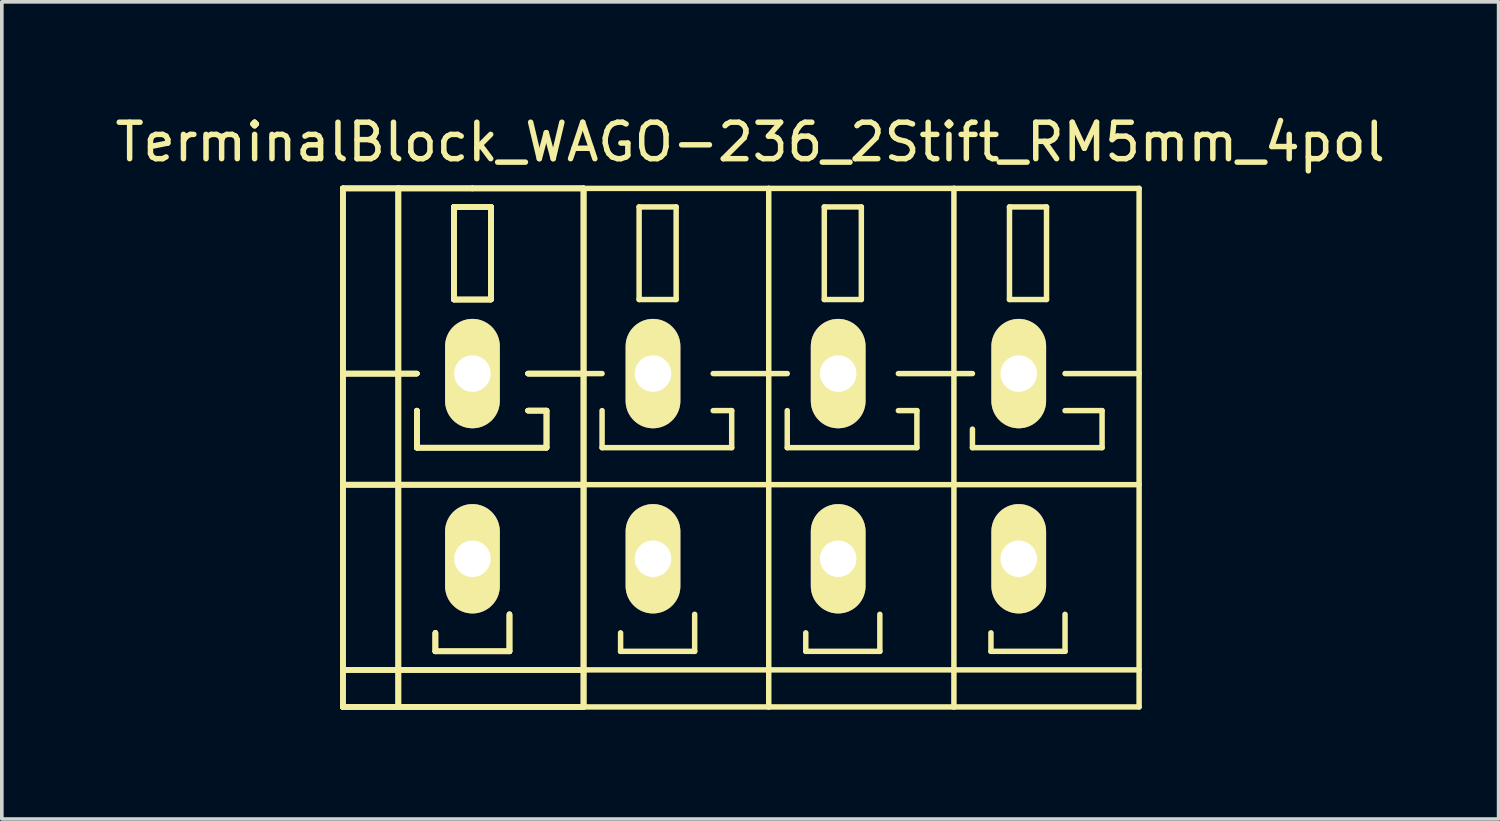
<source format=kicad_pcb>
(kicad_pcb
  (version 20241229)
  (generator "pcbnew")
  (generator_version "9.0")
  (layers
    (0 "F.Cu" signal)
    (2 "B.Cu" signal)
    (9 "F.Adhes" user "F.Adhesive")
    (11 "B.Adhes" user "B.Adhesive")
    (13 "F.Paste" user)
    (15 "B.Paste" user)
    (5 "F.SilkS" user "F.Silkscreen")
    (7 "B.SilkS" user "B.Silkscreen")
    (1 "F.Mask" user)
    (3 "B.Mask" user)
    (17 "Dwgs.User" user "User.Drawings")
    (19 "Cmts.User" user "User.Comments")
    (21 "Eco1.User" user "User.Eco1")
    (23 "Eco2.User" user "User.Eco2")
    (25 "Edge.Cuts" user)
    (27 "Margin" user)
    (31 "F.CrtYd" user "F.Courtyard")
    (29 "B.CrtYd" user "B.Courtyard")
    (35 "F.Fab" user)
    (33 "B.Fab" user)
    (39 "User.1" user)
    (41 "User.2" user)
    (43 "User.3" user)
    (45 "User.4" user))
  (footprint "TerminalBlock_WAGO-236_2Stift_RM5mm_4pol"
    (layer "F.Cu")
    (at 17.53 9.738)
    (property "Reference" "TerminalBlock_WAGO-236_2Stift_RM5mm_4pol" (at 0 -8.89 0) (layer "F.SilkS") (effects (font (size 1 1) (thickness 0.15))))
    (attr through_hole)
    (fp_line (start -11.176 -7.62) (end -9.652 -7.62) (stroke (width 0.15) (type solid)) (layer "F.SilkS"))
    (fp_line (start -11.176 -7.62) (end -9.652 -7.62) (stroke (width 0.15) (type solid)) (layer "F.SilkS"))
    (fp_line (start -11.176 -7.62) (end -9.652 -7.62) (stroke (width 0.15) (type solid)) (layer "F.SilkS"))
    (fp_line (start -11.176 -7.62) (end -9.652 -7.62) (stroke (width 0.15) (type solid)) (layer "F.SilkS"))
    (fp_line (start -11.176 -2.54) (end -9.144 -2.54) (stroke (width 0.15) (type solid)) (layer "F.SilkS"))
    (fp_line (start -11.176 -2.54) (end -9.144 -2.54) (stroke (width 0.15) (type solid)) (layer "F.SilkS"))
    (fp_line (start -11.176 -2.54) (end -9.144 -2.54) (stroke (width 0.15) (type solid)) (layer "F.SilkS"))
    (fp_line (start -11.176 -2.54) (end -9.144 -2.54) (stroke (width 0.15) (type solid)) (layer "F.SilkS"))
    (fp_line (start -11.176 0.508) (end -4.572 0.508) (stroke (width 0.15) (type solid)) (layer "F.SilkS"))
    (fp_line (start -11.176 0.508) (end -4.572 0.508) (stroke (width 0.15) (type solid)) (layer "F.SilkS"))
    (fp_line (start -11.176 0.508) (end -4.572 0.508) (stroke (width 0.15) (type solid)) (layer "F.SilkS"))
    (fp_line (start -11.176 0.508) (end -4.572 0.508) (stroke (width 0.15) (type solid)) (layer "F.SilkS"))
    (fp_line (start -11.176 5.588) (end -4.572 5.588) (stroke (width 0.15) (type solid)) (layer "F.SilkS"))
    (fp_line (start -11.176 5.588) (end -4.572 5.588) (stroke (width 0.15) (type solid)) (layer "F.SilkS"))
    (fp_line (start -11.176 5.588) (end -4.572 5.588) (stroke (width 0.15) (type solid)) (layer "F.SilkS"))
    (fp_line (start -11.176 5.588) (end -4.572 5.588) (stroke (width 0.15) (type solid)) (layer "F.SilkS"))
    (fp_line (start -11.176 6.604) (end -11.176 -7.62) (stroke (width 0.15) (type solid)) (layer "F.SilkS"))
    (fp_line (start -11.176 6.604) (end -11.176 -7.62) (stroke (width 0.15) (type solid)) (layer "F.SilkS"))
    (fp_line (start -11.176 6.604) (end -11.176 -7.62) (stroke (width 0.15) (type solid)) (layer "F.SilkS"))
    (fp_line (start -11.176 6.604) (end -11.176 -7.62) (stroke (width 0.15) (type solid)) (layer "F.SilkS"))
    (fp_line (start -9.652 -7.62) (end -7.62 -7.62) (stroke (width 0.15) (type solid)) (layer "F.SilkS"))
    (fp_line (start -9.652 -7.62) (end -7.62 -7.62) (stroke (width 0.15) (type solid)) (layer "F.SilkS"))
    (fp_line (start -9.652 -7.62) (end -7.62 -7.62) (stroke (width 0.15) (type solid)) (layer "F.SilkS"))
    (fp_line (start -9.652 -7.62) (end -7.62 -7.62) (stroke (width 0.15) (type solid)) (layer "F.SilkS"))
    (fp_line (start -9.652 6.604) (end -11.176 6.604) (stroke (width 0.15) (type solid)) (layer "F.SilkS"))
    (fp_line (start -9.652 6.604) (end -11.176 6.604) (stroke (width 0.15) (type solid)) (layer "F.SilkS"))
    (fp_line (start -9.652 6.604) (end -11.176 6.604) (stroke (width 0.15) (type solid)) (layer "F.SilkS"))
    (fp_line (start -9.652 6.604) (end -11.176 6.604) (stroke (width 0.15) (type solid)) (layer "F.SilkS"))
    (fp_line (start -9.652 6.604) (end -9.652 -7.62) (stroke (width 0.15) (type solid)) (layer "F.SilkS"))
    (fp_line (start -9.652 6.604) (end -9.652 -7.62) (stroke (width 0.15) (type solid)) (layer "F.SilkS"))
    (fp_line (start -9.652 6.604) (end -9.652 -7.62) (stroke (width 0.15) (type solid)) (layer "F.SilkS"))
    (fp_line (start -9.652 6.604) (end -9.652 -7.62) (stroke (width 0.15) (type solid)) (layer "F.SilkS"))
    (fp_line (start -9.144 -1.524) (end -9.144 -0.508) (stroke (width 0.15) (type solid)) (layer "F.SilkS"))
    (fp_line (start -9.144 -1.524) (end -9.144 -0.508) (stroke (width 0.15) (type solid)) (layer "F.SilkS"))
    (fp_line (start -9.144 -1.524) (end -9.144 -0.508) (stroke (width 0.15) (type solid)) (layer "F.SilkS"))
    (fp_line (start -9.144 -1.524) (end -9.144 -0.508) (stroke (width 0.15) (type solid)) (layer "F.SilkS"))
    (fp_line (start -9.144 -0.508) (end -5.588 -0.508) (stroke (width 0.15) (type solid)) (layer "F.SilkS"))
    (fp_line (start -9.144 -0.508) (end -5.588 -0.508) (stroke (width 0.15) (type solid)) (layer "F.SilkS"))
    (fp_line (start -9.144 -0.508) (end -5.588 -0.508) (stroke (width 0.15) (type solid)) (layer "F.SilkS"))
    (fp_line (start -9.144 -0.508) (end -5.588 -0.508) (stroke (width 0.15) (type solid)) (layer "F.SilkS"))
    (fp_line (start -8.636 4.572) (end -8.636 5.08) (stroke (width 0.15) (type solid)) (layer "F.SilkS"))
    (fp_line (start -8.636 4.572) (end -8.636 5.08) (stroke (width 0.15) (type solid)) (layer "F.SilkS"))
    (fp_line (start -8.636 4.572) (end -8.636 5.08) (stroke (width 0.15) (type solid)) (layer "F.SilkS"))
    (fp_line (start -8.636 4.572) (end -8.636 5.08) (stroke (width 0.15) (type solid)) (layer "F.SilkS"))
    (fp_line (start -8.636 5.08) (end -6.604 5.08) (stroke (width 0.15) (type solid)) (layer "F.SilkS"))
    (fp_line (start -8.636 5.08) (end -6.604 5.08) (stroke (width 0.15) (type solid)) (layer "F.SilkS"))
    (fp_line (start -8.636 5.08) (end -6.604 5.08) (stroke (width 0.15) (type solid)) (layer "F.SilkS"))
    (fp_line (start -8.636 5.08) (end -6.604 5.08) (stroke (width 0.15) (type solid)) (layer "F.SilkS"))
    (fp_line (start -8.128 -7.112) (end -7.112 -7.112) (stroke (width 0.15) (type solid)) (layer "F.SilkS"))
    (fp_line (start -8.128 -7.112) (end -7.112 -7.112) (stroke (width 0.15) (type solid)) (layer "F.SilkS"))
    (fp_line (start -8.128 -7.112) (end -7.112 -7.112) (stroke (width 0.15) (type solid)) (layer "F.SilkS"))
    (fp_line (start -8.128 -7.112) (end -7.112 -7.112) (stroke (width 0.15) (type solid)) (layer "F.SilkS"))
    (fp_line (start -8.128 -4.572) (end -8.128 -7.112) (stroke (width 0.15) (type solid)) (layer "F.SilkS"))
    (fp_line (start -8.128 -4.572) (end -8.128 -7.112) (stroke (width 0.15) (type solid)) (layer "F.SilkS"))
    (fp_line (start -8.128 -4.572) (end -8.128 -7.112) (stroke (width 0.15) (type solid)) (layer "F.SilkS"))
    (fp_line (start -8.128 -4.572) (end -8.128 -7.112) (stroke (width 0.15) (type solid)) (layer "F.SilkS"))
    (fp_line (start -7.62 -7.62) (end -4.572 -7.62) (stroke (width 0.15) (type solid)) (layer "F.SilkS"))
    (fp_line (start -7.62 -7.62) (end -4.572 -7.62) (stroke (width 0.15) (type solid)) (layer "F.SilkS"))
    (fp_line (start -7.62 -7.62) (end -4.572 -7.62) (stroke (width 0.15) (type solid)) (layer "F.SilkS"))
    (fp_line (start -7.62 -7.62) (end -4.572 -7.62) (stroke (width 0.15) (type solid)) (layer "F.SilkS"))
    (fp_line (start -7.112 -7.112) (end -7.112 -4.572) (stroke (width 0.15) (type solid)) (layer "F.SilkS"))
    (fp_line (start -7.112 -7.112) (end -7.112 -4.572) (stroke (width 0.15) (type solid)) (layer "F.SilkS"))
    (fp_line (start -7.112 -7.112) (end -7.112 -4.572) (stroke (width 0.15) (type solid)) (layer "F.SilkS"))
    (fp_line (start -7.112 -7.112) (end -7.112 -4.572) (stroke (width 0.15) (type solid)) (layer "F.SilkS"))
    (fp_line (start -7.112 -4.572) (end -8.128 -4.572) (stroke (width 0.15) (type solid)) (layer "F.SilkS"))
    (fp_line (start -7.112 -4.572) (end -8.128 -4.572) (stroke (width 0.15) (type solid)) (layer "F.SilkS"))
    (fp_line (start -7.112 -4.572) (end -8.128 -4.572) (stroke (width 0.15) (type solid)) (layer "F.SilkS"))
    (fp_line (start -7.112 -4.572) (end -8.128 -4.572) (stroke (width 0.15) (type solid)) (layer "F.SilkS"))
    (fp_line (start -6.604 5.08) (end -6.604 4.064) (stroke (width 0.15) (type solid)) (layer "F.SilkS"))
    (fp_line (start -6.604 5.08) (end -6.604 4.064) (stroke (width 0.15) (type solid)) (layer "F.SilkS"))
    (fp_line (start -6.604 5.08) (end -6.604 4.064) (stroke (width 0.15) (type solid)) (layer "F.SilkS"))
    (fp_line (start -6.604 5.08) (end -6.604 4.064) (stroke (width 0.15) (type solid)) (layer "F.SilkS"))
    (fp_line (start -6.096 -2.54) (end -4.572 -2.54) (stroke (width 0.15) (type solid)) (layer "F.SilkS"))
    (fp_line (start -6.096 -2.54) (end -4.572 -2.54) (stroke (width 0.15) (type solid)) (layer "F.SilkS"))
    (fp_line (start -6.096 -2.54) (end -4.572 -2.54) (stroke (width 0.15) (type solid)) (layer "F.SilkS"))
    (fp_line (start -6.096 -2.54) (end -4.572 -2.54) (stroke (width 0.15) (type solid)) (layer "F.SilkS"))
    (fp_line (start -5.588 -1.524) (end -6.096 -1.524) (stroke (width 0.15) (type solid)) (layer "F.SilkS"))
    (fp_line (start -5.588 -1.524) (end -6.096 -1.524) (stroke (width 0.15) (type solid)) (layer "F.SilkS"))
    (fp_line (start -5.588 -1.524) (end -6.096 -1.524) (stroke (width 0.15) (type solid)) (layer "F.SilkS"))
    (fp_line (start -5.588 -1.524) (end -6.096 -1.524) (stroke (width 0.15) (type solid)) (layer "F.SilkS"))
    (fp_line (start -5.588 -0.508) (end -5.588 -1.524) (stroke (width 0.15) (type solid)) (layer "F.SilkS"))
    (fp_line (start -5.588 -0.508) (end -5.588 -1.524) (stroke (width 0.15) (type solid)) (layer "F.SilkS"))
    (fp_line (start -5.588 -0.508) (end -5.588 -1.524) (stroke (width 0.15) (type solid)) (layer "F.SilkS"))
    (fp_line (start -5.588 -0.508) (end -5.588 -1.524) (stroke (width 0.15) (type solid)) (layer "F.SilkS"))
    (fp_line (start -4.572 -7.62) (end -4.572 6.604) (stroke (width 0.15) (type solid)) (layer "F.SilkS"))
    (fp_line (start -4.572 -7.62) (end -4.572 6.604) (stroke (width 0.15) (type solid)) (layer "F.SilkS"))
    (fp_line (start -4.572 -7.62) (end -4.572 6.604) (stroke (width 0.15) (type solid)) (layer "F.SilkS"))
    (fp_line (start -4.572 -7.62) (end -4.572 6.604) (stroke (width 0.15) (type solid)) (layer "F.SilkS"))
    (fp_line (start -4.572 -2.54) (end -4.064 -2.54) (stroke (width 0.15) (type solid)) (layer "F.SilkS"))
    (fp_line (start -4.572 0.508) (end 0.508 0.508) (stroke (width 0.15) (type solid)) (layer "F.SilkS"))
    (fp_line (start -4.572 5.588) (end 0.508 5.588) (stroke (width 0.15) (type solid)) (layer "F.SilkS"))
    (fp_line (start -4.572 6.604) (end -9.652 6.604) (stroke (width 0.15) (type solid)) (layer "F.SilkS"))
    (fp_line (start -4.572 6.604) (end -9.652 6.604) (stroke (width 0.15) (type solid)) (layer "F.SilkS"))
    (fp_line (start -4.572 6.604) (end -9.652 6.604) (stroke (width 0.15) (type solid)) (layer "F.SilkS"))
    (fp_line (start -4.572 6.604) (end -9.652 6.604) (stroke (width 0.15) (type solid)) (layer "F.SilkS"))
    (fp_line (start -4.572 6.604) (end 0.508 6.604) (stroke (width 0.15) (type solid)) (layer "F.SilkS"))
    (fp_line (start -4.064 -1.524) (end -4.064 -0.508) (stroke (width 0.15) (type solid)) (layer "F.SilkS"))
    (fp_line (start -4.064 -0.508) (end -0.508 -0.508) (stroke (width 0.15) (type solid)) (layer "F.SilkS"))
    (fp_line (start -3.556 4.572) (end -3.556 5.08) (stroke (width 0.15) (type solid)) (layer "F.SilkS"))
    (fp_line (start -3.556 5.08) (end -1.524 5.08) (stroke (width 0.15) (type solid)) (layer "F.SilkS"))
    (fp_line (start -3.048 -7.112) (end -3.048 -4.572) (stroke (width 0.15) (type solid)) (layer "F.SilkS"))
    (fp_line (start -3.048 -4.572) (end -2.032 -4.572) (stroke (width 0.15) (type solid)) (layer "F.SilkS"))
    (fp_line (start -2.032 -7.112) (end -3.048 -7.112) (stroke (width 0.15) (type solid)) (layer "F.SilkS"))
    (fp_line (start -2.032 -4.572) (end -2.032 -7.112) (stroke (width 0.15) (type solid)) (layer "F.SilkS"))
    (fp_line (start -1.524 5.08) (end -1.524 4.064) (stroke (width 0.15) (type solid)) (layer "F.SilkS"))
    (fp_line (start -1.016 -2.54) (end 0.508 -2.54) (stroke (width 0.15) (type solid)) (layer "F.SilkS"))
    (fp_line (start -0.508 -1.524) (end -1.016 -1.524) (stroke (width 0.15) (type solid)) (layer "F.SilkS"))
    (fp_line (start -0.508 -0.508) (end -0.508 -1.524) (stroke (width 0.15) (type solid)) (layer "F.SilkS"))
    (fp_line (start 0.508 -7.62) (end -4.572 -7.62) (stroke (width 0.15) (type solid)) (layer "F.SilkS"))
    (fp_line (start 0.508 -2.54) (end 1.016 -2.54) (stroke (width 0.15) (type solid)) (layer "F.SilkS"))
    (fp_line (start 0.508 0.508) (end 5.588 0.508) (stroke (width 0.15) (type solid)) (layer "F.SilkS"))
    (fp_line (start 0.508 5.588) (end 5.588 5.588) (stroke (width 0.15) (type solid)) (layer "F.SilkS"))
    (fp_line (start 0.508 6.604) (end 0.508 -7.62) (stroke (width 0.15) (type solid)) (layer "F.SilkS"))
    (fp_line (start 0.508 6.604) (end 5.588 6.604) (stroke (width 0.15) (type solid)) (layer "F.SilkS"))
    (fp_line (start 1.016 -1.524) (end 1.016 -0.508) (stroke (width 0.15) (type solid)) (layer "F.SilkS"))
    (fp_line (start 1.016 -0.508) (end 4.572 -0.508) (stroke (width 0.15) (type solid)) (layer "F.SilkS"))
    (fp_line (start 1.524 4.572) (end 1.524 5.08) (stroke (width 0.15) (type solid)) (layer "F.SilkS"))
    (fp_line (start 1.524 5.08) (end 3.556 5.08) (stroke (width 0.15) (type solid)) (layer "F.SilkS"))
    (fp_line (start 2.032 -7.112) (end 2.032 -4.572) (stroke (width 0.15) (type solid)) (layer "F.SilkS"))
    (fp_line (start 2.032 -4.572) (end 3.048 -4.572) (stroke (width 0.15) (type solid)) (layer "F.SilkS"))
    (fp_line (start 3.048 -7.112) (end 2.032 -7.112) (stroke (width 0.15) (type solid)) (layer "F.SilkS"))
    (fp_line (start 3.048 -4.572) (end 3.048 -7.112) (stroke (width 0.15) (type solid)) (layer "F.SilkS"))
    (fp_line (start 3.556 5.08) (end 3.556 4.064) (stroke (width 0.15) (type solid)) (layer "F.SilkS"))
    (fp_line (start 4.064 -2.54) (end 5.588 -2.54) (stroke (width 0.15) (type solid)) (layer "F.SilkS"))
    (fp_line (start 4.572 -1.524) (end 4.064 -1.524) (stroke (width 0.15) (type solid)) (layer "F.SilkS"))
    (fp_line (start 4.572 -0.508) (end 4.572 -1.524) (stroke (width 0.15) (type solid)) (layer "F.SilkS"))
    (fp_line (start 5.588 -7.62) (end 0.508 -7.62) (stroke (width 0.15) (type solid)) (layer "F.SilkS"))
    (fp_line (start 5.588 -2.54) (end 6.096 -2.54) (stroke (width 0.15) (type solid)) (layer "F.SilkS"))
    (fp_line (start 5.588 0.508) (end 10.668 0.508) (stroke (width 0.15) (type solid)) (layer "F.SilkS"))
    (fp_line (start 5.588 5.588) (end 10.668 5.588) (stroke (width 0.15) (type solid)) (layer "F.SilkS"))
    (fp_line (start 5.588 6.604) (end 5.588 -7.62) (stroke (width 0.15) (type solid)) (layer "F.SilkS"))
    (fp_line (start 5.588 6.604) (end 10.668 6.604) (stroke (width 0.15) (type solid)) (layer "F.SilkS"))
    (fp_line (start 6.096 -1.016) (end 6.096 -0.508) (stroke (width 0.15) (type solid)) (layer "F.SilkS"))
    (fp_line (start 6.096 -0.508) (end 9.652 -0.508) (stroke (width 0.15) (type solid)) (layer "F.SilkS"))
    (fp_line (start 6.604 4.572) (end 6.604 5.08) (stroke (width 0.15) (type solid)) (layer "F.SilkS"))
    (fp_line (start 6.604 5.08) (end 8.636 5.08) (stroke (width 0.15) (type solid)) (layer "F.SilkS"))
    (fp_line (start 7.112 -7.112) (end 7.112 -4.572) (stroke (width 0.15) (type solid)) (layer "F.SilkS"))
    (fp_line (start 7.112 -4.572) (end 8.128 -4.572) (stroke (width 0.15) (type solid)) (layer "F.SilkS"))
    (fp_line (start 8.128 -7.112) (end 7.112 -7.112) (stroke (width 0.15) (type solid)) (layer "F.SilkS"))
    (fp_line (start 8.128 -4.572) (end 8.128 -7.112) (stroke (width 0.15) (type solid)) (layer "F.SilkS"))
    (fp_line (start 8.636 -2.54) (end 10.668 -2.54) (stroke (width 0.15) (type solid)) (layer "F.SilkS"))
    (fp_line (start 8.636 5.08) (end 8.636 4.064) (stroke (width 0.15) (type solid)) (layer "F.SilkS"))
    (fp_line (start 9.652 -1.524) (end 8.636 -1.524) (stroke (width 0.15) (type solid)) (layer "F.SilkS"))
    (fp_line (start 9.652 -0.508) (end 9.652 -1.524) (stroke (width 0.15) (type solid)) (layer "F.SilkS"))
    (fp_line (start 10.668 -7.62) (end 5.588 -7.62) (stroke (width 0.15) (type solid)) (layer "F.SilkS"))
    (fp_line (start 10.668 6.604) (end 10.668 -7.62) (stroke (width 0.15) (type solid)) (layer "F.SilkS"))
    (pad "1" thru_hole oval (at -7.62 -2.54 90) (size 3 1.501) (drill 1.001) (layers "*.Cu" "*.Mask" "F.SilkS"))
    (pad "1" thru_hole oval (at -7.62 2.54 90) (size 3 1.501) (drill 1.001) (layers "*.Cu" "*.Mask" "F.SilkS"))
    (pad "2" thru_hole oval (at -2.667 -2.54 90) (size 3 1.501) (drill 1.001) (layers "*.Cu" "*.Mask" "F.SilkS"))
    (pad "2" thru_hole oval (at -2.667 2.54 90) (size 3 1.501) (drill 1.001) (layers "*.Cu" "*.Mask" "F.SilkS"))
    (pad "3" thru_hole oval (at 2.413 -2.54 90) (size 3 1.501) (drill 1.001) (layers "*.Cu" "*.Mask" "F.SilkS"))
    (pad "3" thru_hole oval (at 2.413 2.54 90) (size 3 1.501) (drill 1.001) (layers "*.Cu" "*.Mask" "F.SilkS"))
    (pad "4" thru_hole oval (at 7.366 -2.54 90) (size 3 1.501) (drill 1.001) (layers "*.Cu" "*.Mask" "F.SilkS"))
    (pad "4" thru_hole oval (at 7.366 2.54 90) (size 3 1.501) (drill 1.001) (layers "*.Cu" "*.Mask" "F.SilkS")))
  (gr_rect
    (start -3 -3)
    (end 38.06 19.417)
    (stroke (width 0.1) (type default))
    (fill no)
    (layer "Edge.Cuts")))
</source>
